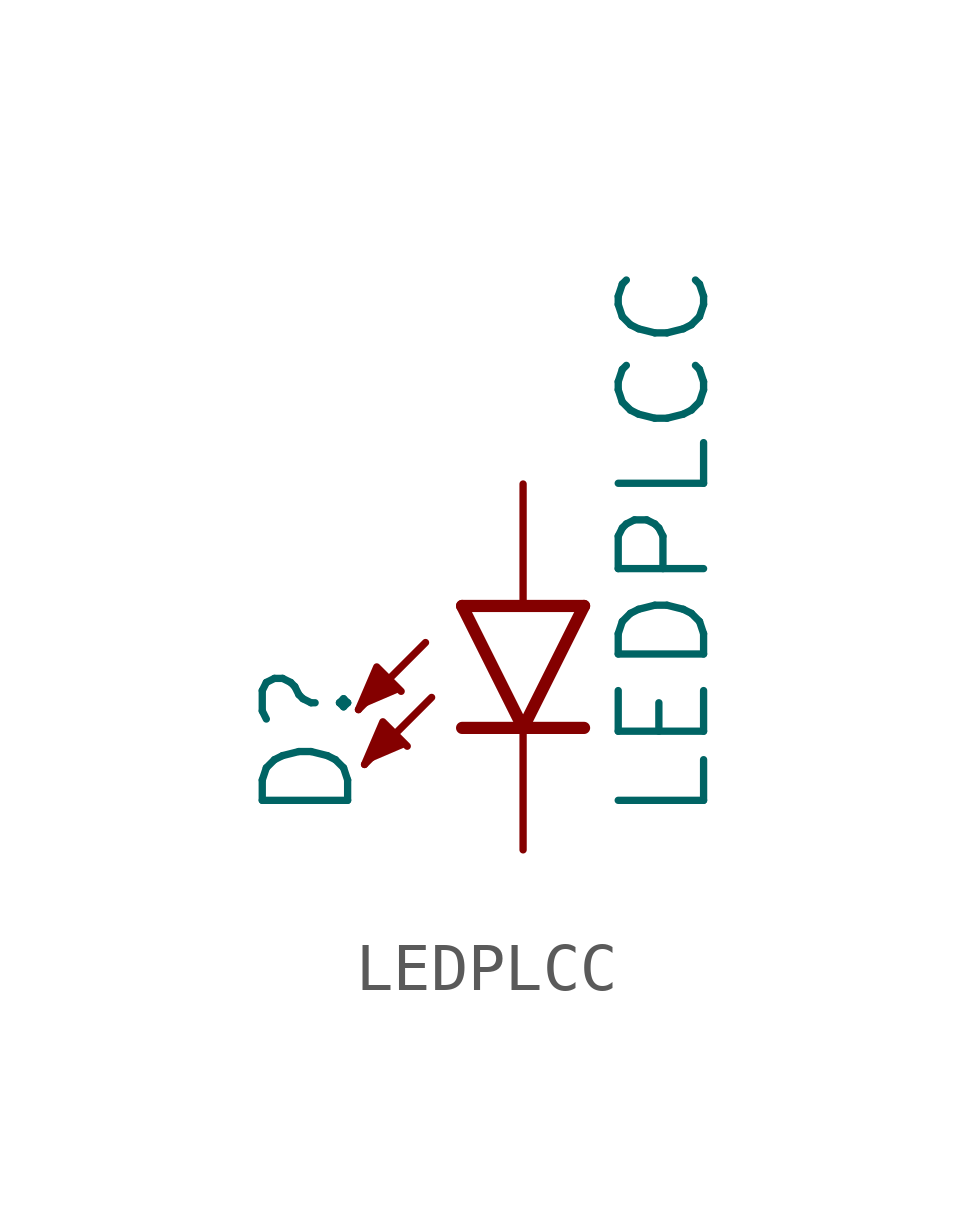
<source format=kicad_sym>
(kicad_symbol_lib
  (version 20211014)
  (generator kicad_symbol_editor)
  (symbol "LEDPLCC"
    (property "Reference" "D"
      (at -3.429 -4.572 90)
      (effects (font (size 1.778 1.778)) (justify left bottom)))
    (property "Value" "LEDPLCC"
      (at 1.905 -4.572 90)
      (effects (font (size 1.778 1.778)) (justify left top)))
    (property "ki_locked" ""
      (at 0 0 0)
      (effects (font (size 1.27 1.27))))
    (symbol "LEDPLCC_1_0"
      (polyline (pts (xy -2.032 -0.762) (xy -3.429 -2.159)) (stroke (width 0.152) (type default) (color 0 0 0 0)) (fill (type none)))
      (polyline (pts (xy -1.905 -1.905) (xy -3.302 -3.302)) (stroke (width 0.152) (type default) (color 0 0 0 0)) (fill (type none)))
      (polyline (pts (xy 0 -2.54) (xy -1.27 -2.54)) (stroke (width 0.254) (type default) (color 0 0 0 0)) (fill (type none)))
      (polyline (pts (xy 0 -2.54) (xy -1.27 0)) (stroke (width 0.254) (type default) (color 0 0 0 0)) (fill (type none)))
      (polyline (pts (xy 1.27 -2.54) (xy 0 -2.54)) (stroke (width 0.254) (type default) (color 0 0 0 0)) (fill (type none)))
      (polyline (pts (xy 1.27 0) (xy -1.27 0)) (stroke (width 0.254) (type default) (color 0 0 0 0)) (fill (type none)))
      (polyline (pts (xy 1.27 0) (xy 0 -2.54)) (stroke (width 0.254) (type default) (color 0 0 0 0)) (fill (type none)))
      (polyline (pts (xy -3.429 -2.159) (xy -3.048 -1.27) (xy -2.54 -1.778)) (stroke (width 0) (type default) (color 0 0 0 0)) (fill (type outline)))
      (polyline (pts (xy -3.302 -3.302) (xy -2.921 -2.413) (xy -2.413 -2.921)) (stroke (width 0) (type default) (color 0 0 0 0)) (fill (type outline)))
      (pin passive line (at 0 -5.08 90) (length 2.54) (name "C" (effects (font (size 0 0)))) (number "1" (effects (font (size 0 0)))))
      (pin passive line (at 0 2.54 270) (length 2.54) (name "A" (effects (font (size 0 0)))) (number "2" (effects (font (size 0 0))))))))
</source>
